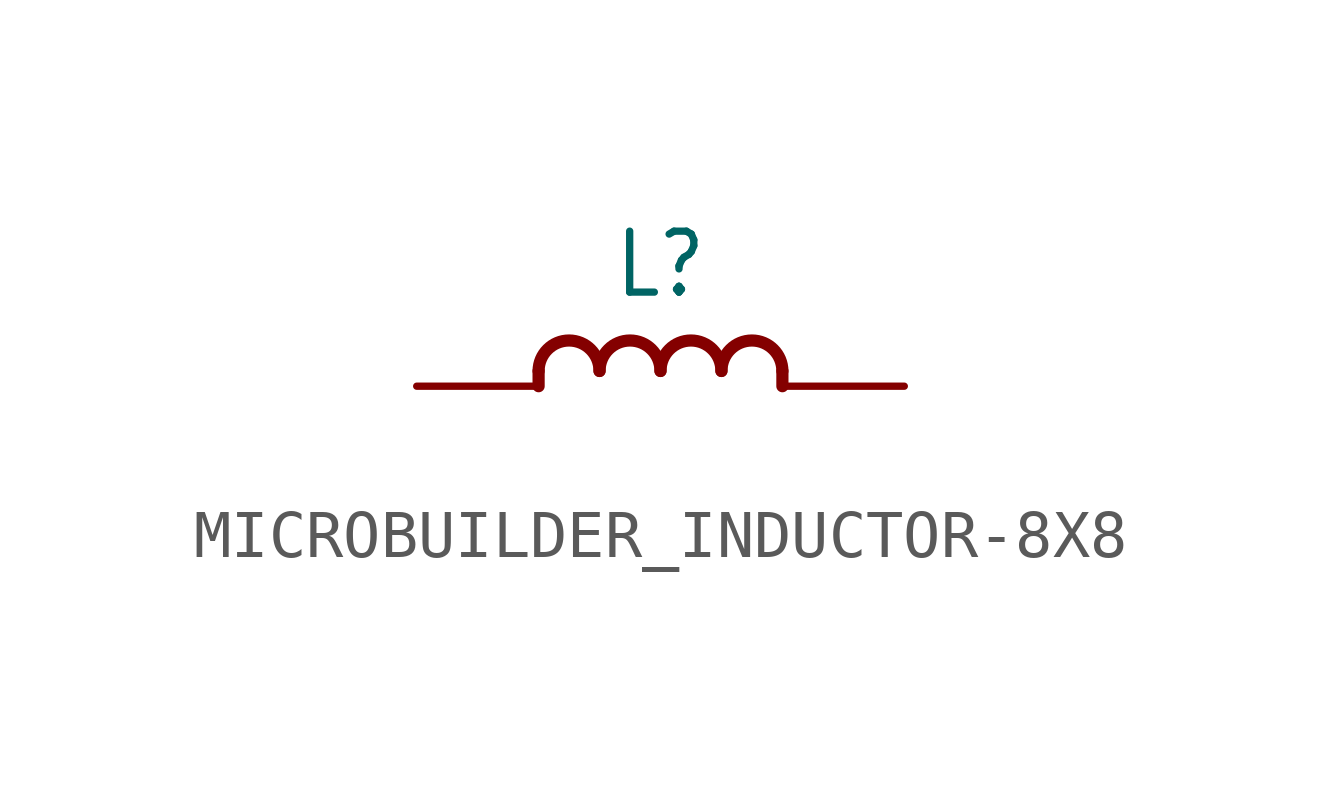
<source format=kicad_sym>
(kicad_symbol_lib
  (version 20220914)
  (generator kicad_symbol_editor)
  (symbol "MICROBUILDER_INDUCTOR-8X8"
    (property "Reference" "L"
      (at 0 2.54 0)
      (effects (font (size 1.27 1.079))))
    (property "Value" ""
      (at 0 -1.54 0)
      (effects (font (size 1.27 1.079))))
    (property "ki_locked" ""
      (at 0 0 0)
      (effects (font (size 1.27 1.27))))
    (symbol "MICROBUILDER_INDUCTOR-8X8_1_0"
      (arc (start -1.27 0.3173) (mid -1.9049 0.9497) (end -2.54 0.3175) (stroke (width 0.254) (type solid)) (fill (type none)))
      (polyline (pts (xy -2.54 0.318) (xy -2.54 0)) (stroke (width 0.254) (type solid)) (fill (type none)))
      (polyline (pts (xy 2.54 0.318) (xy 2.54 0)) (stroke (width 0.254) (type solid)) (fill (type none)))
      (arc (start 0 0.3173) (mid -0.6349 0.9497) (end -1.27 0.3175) (stroke (width 0.254) (type solid)) (fill (type none)))
      (arc (start 1.27 0.3173) (mid 0.6351 0.9497) (end 0 0.3175) (stroke (width 0.254) (type solid)) (fill (type none)))
      (arc (start 2.54 0.3173) (mid 1.9051 0.9497) (end 1.27 0.3175) (stroke (width 0.254) (type solid)) (fill (type none)))
      (pin passive line (at -5.08 0 0) (length 2.54) (name "1" (effects (font (size 0 0)))) (number "P$1" (effects (font (size 0 0)))))
      (pin passive line (at 5.08 0 180) (length 2.54) (name "2" (effects (font (size 0 0)))) (number "P$2" (effects (font (size 0 0))))))))
</source>
